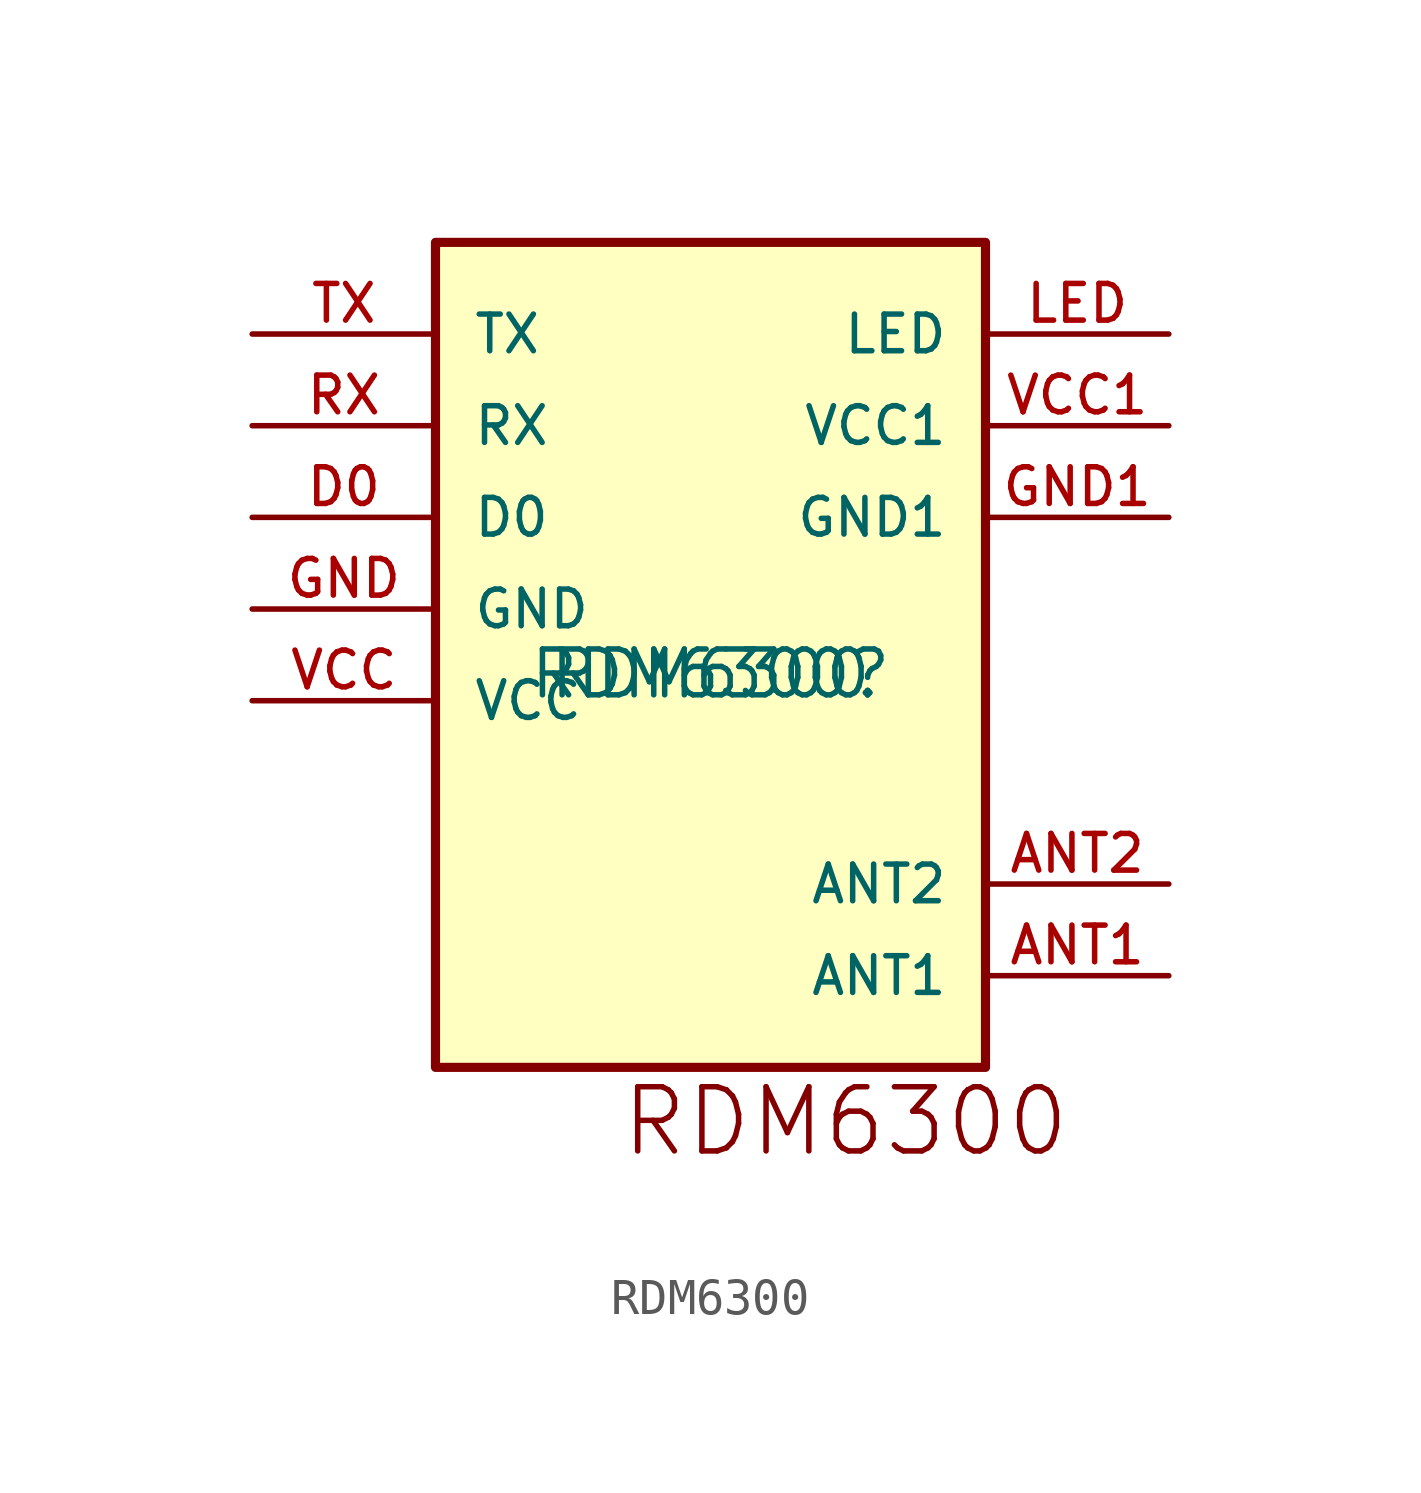
<source format=kicad_sym>
(kicad_symbol_lib
  (version 20211014)
  (generator kicad_symbol_editor)
  (symbol "RDM6300"
    (pin_names
      (offset 1.016))
    (property "Reference" "RDM6300"
      (at 0 0 0)
      (effects (font (size 1.27 1.27)) (justify bottom)))
    (property "Value" "RDM6300"
      (at 0 0.0 0)
      (effects (font (size 1.27 1.27)) (justify bottom)))
    (symbol "RDM6300_0_0"
      (text "RDM6300" (at -2.54 -12.7 0) (effects (font (size 1.778 1.778)) (justify bottom left)))
      (rectangle (start -7.62 -10.16) (end 7.62 12.7) (stroke (width 0.254)) (fill (type background)))
      (pin bidirectional line (at -12.7 0.0 0) (length 5.08) (name "VCC" (effects (font (size 1.016 1.016)))) (number "VCC" (effects (font (size 1.016 1.016)))))
      (pin bidirectional line (at -12.7 2.54 0) (length 5.08) (name "GND" (effects (font (size 1.016 1.016)))) (number "GND" (effects (font (size 1.016 1.016)))))
      (pin bidirectional line (at -12.7 5.08 0) (length 5.08) (name "D0" (effects (font (size 1.016 1.016)))) (number "D0" (effects (font (size 1.016 1.016)))))
      (pin bidirectional line (at -12.7 7.62 0) (length 5.08) (name "RX" (effects (font (size 1.016 1.016)))) (number "RX" (effects (font (size 1.016 1.016)))))
      (pin bidirectional line (at -12.7 10.16 0) (length 5.08) (name "TX" (effects (font (size 1.016 1.016)))) (number "TX" (effects (font (size 1.016 1.016)))))
      (pin bidirectional line (at 12.7 10.16 180.0) (length 5.08) (name "LED" (effects (font (size 1.016 1.016)))) (number "LED" (effects (font (size 1.016 1.016)))))
      (pin bidirectional line (at 12.7 -5.08 180.0) (length 5.08) (name "ANT2" (effects (font (size 1.016 1.016)))) (number "ANT2" (effects (font (size 1.016 1.016)))))
      (pin bidirectional line (at 12.7 -7.62 180.0) (length 5.08) (name "ANT1" (effects (font (size 1.016 1.016)))) (number "ANT1" (effects (font (size 1.016 1.016)))))
      (pin bidirectional line (at 12.7 7.62 180.0) (length 5.08) (name "VCC1" (effects (font (size 1.016 1.016)))) (number "VCC1" (effects (font (size 1.016 1.016)))))
      (pin bidirectional line (at 12.7 5.08 180.0) (length 5.08) (name "GND1" (effects (font (size 1.016 1.016)))) (number "GND1" (effects (font (size 1.016 1.016))))))))
</source>
